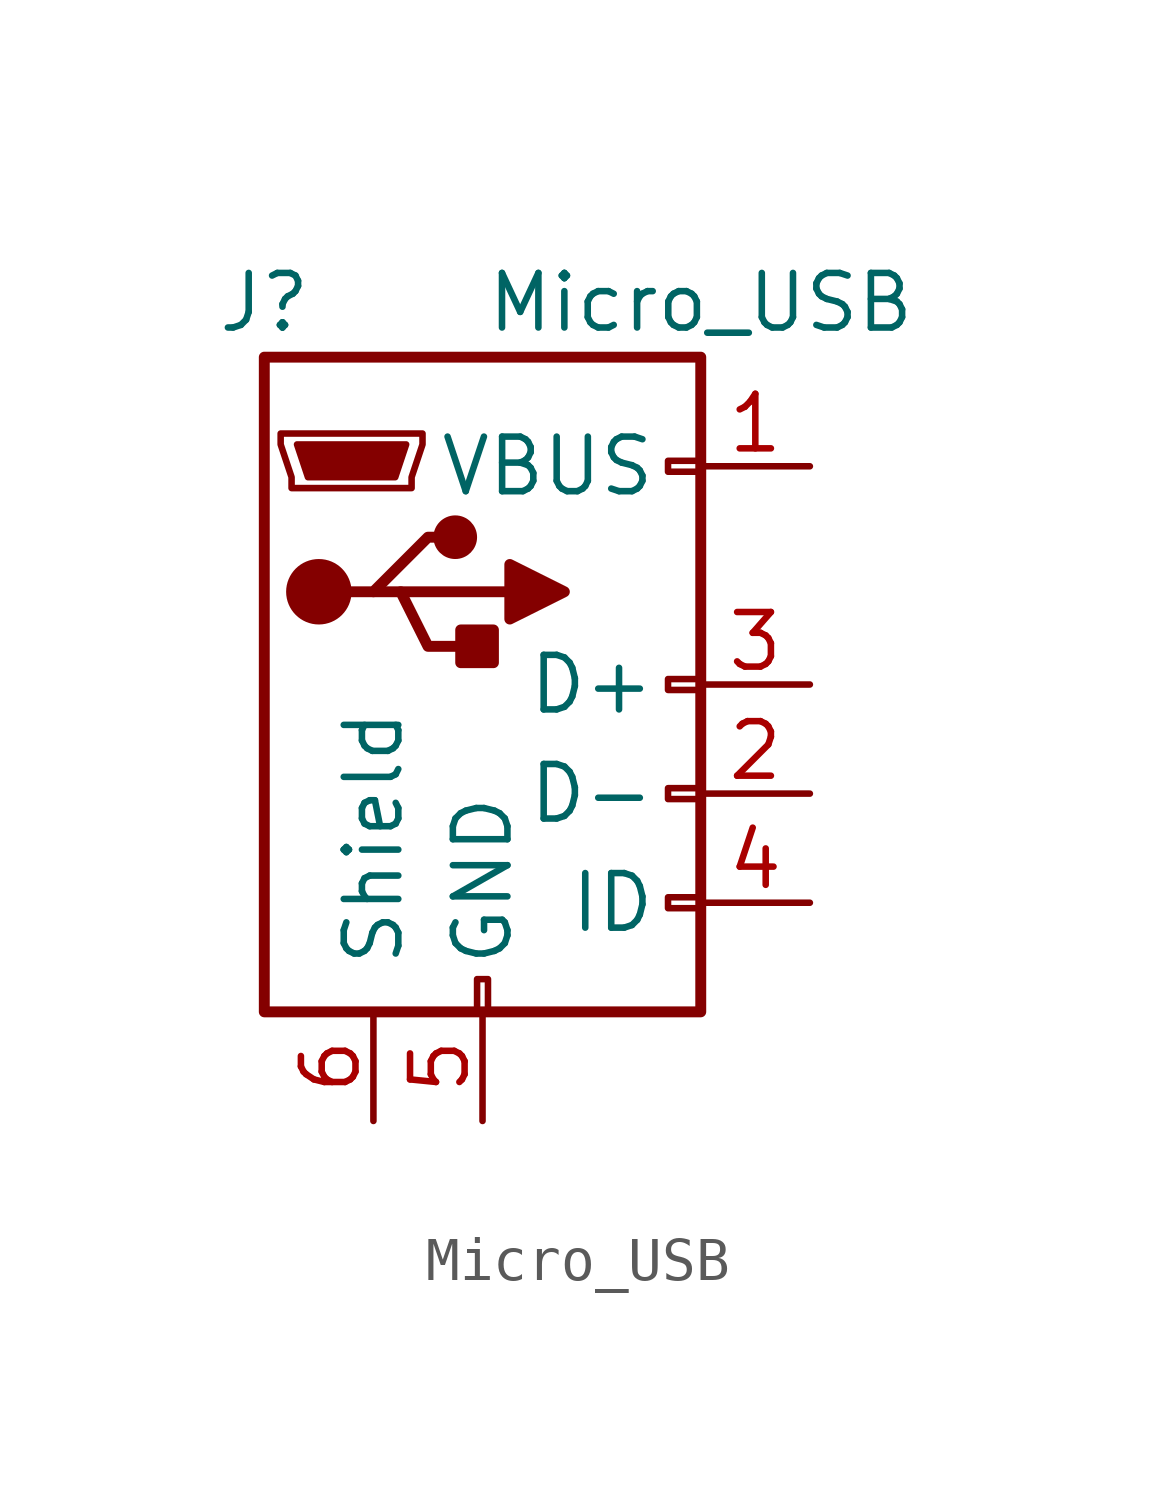
<source format=kicad_sym>
(kicad_symbol_lib
  (version 20220914)
  (generator kicad_symbol_editor)
  (symbol "Micro_USB"
    (pin_names
      (offset 1.016))
    (property "Reference" "J"
      (at -5.08 8.89 0)
      (effects (font (size 1.27 1.27))))
    (property "Value" "Micro_USB"
      (at 5.08 8.89 0)
      (effects (font (size 1.27 1.27))))
    (symbol "Micro_USB_0_1"
      (rectangle (start 5.08 7.62) (end -5.08 -7.62) (stroke (width 0.254) (type default)) (fill (type none))))
    (symbol "Micro_USB_1_1"
      (circle (center -3.81 2.159) (radius 0.635) (stroke (width 0.254) (type default)) (fill (type outline)))
      (circle (center -0.635 3.429) (radius 0.381) (stroke (width 0.254) (type default)) (fill (type outline)))
      (rectangle (start -0.127 -7.62) (end 0.127 -6.858) (stroke (width 0) (type default)) (fill (type none)))
      (polyline (pts (xy -1.905 2.159) (xy 0.635 2.159)) (stroke (width 0.254) (type default)) (fill (type none)))
      (polyline (pts (xy -3.175 2.159) (xy -2.54 2.159) (xy -1.27 3.429) (xy -0.635 3.429)) (stroke (width 0.254) (type default)) (fill (type none)))
      (polyline (pts (xy -2.54 2.159) (xy -1.905 2.159) (xy -1.27 0.889) (xy 0 0.889)) (stroke (width 0.254) (type default)) (fill (type none)))
      (polyline (pts (xy 0.635 2.794) (xy 0.635 1.524) (xy 1.905 2.159) (xy 0.635 2.794)) (stroke (width 0.254) (type default)) (fill (type outline)))
      (polyline (pts (xy -4.318 5.588) (xy -1.778 5.588) (xy -2.032 4.826) (xy -4.064 4.826) (xy -4.318 5.588)) (stroke (width 0) (type default)) (fill (type outline)))
      (polyline (pts (xy -4.699 5.842) (xy -4.699 5.588) (xy -4.445 4.826) (xy -4.445 4.572) (xy -1.651 4.572) (xy -1.651 4.826) (xy -1.397 5.588) (xy -1.397 5.842) (xy -4.699 5.842)) (stroke (width 0) (type default)) (fill (type none)))
      (rectangle (start 0.254 1.27) (end -0.508 0.508) (stroke (width 0.254) (type default)) (fill (type outline)))
      (rectangle (start 5.08 -5.207) (end 4.318 -4.953) (stroke (width 0) (type default)) (fill (type none)))
      (rectangle (start 5.08 -2.667) (end 4.318 -2.413) (stroke (width 0) (type default)) (fill (type none)))
      (rectangle (start 5.08 -0.127) (end 4.318 0.127) (stroke (width 0) (type default)) (fill (type none)))
      (rectangle (start 5.08 4.953) (end 4.318 5.207) (stroke (width 0) (type default)) (fill (type none)))
      (pin power_out line (at 7.62 5.08 180) (length 2.54) (name "VBUS" (effects (font (size 1.27 1.27)))) (number "1" (effects (font (size 1.27 1.27)))))
      (pin bidirectional line (at 7.62 -2.54 180) (length 2.54) (name "D-" (effects (font (size 1.27 1.27)))) (number "2" (effects (font (size 1.27 1.27)))))
      (pin bidirectional line (at 7.62 0 180) (length 2.54) (name "D+" (effects (font (size 1.27 1.27)))) (number "3" (effects (font (size 1.27 1.27)))))
      (pin passive line (at 7.62 -5.08 180) (length 2.54) (name "ID" (effects (font (size 1.27 1.27)))) (number "4" (effects (font (size 1.27 1.27)))))
      (pin power_out line (at 0 -10.16 90) (length 2.54) (name "GND" (effects (font (size 1.27 1.27)))) (number "5" (effects (font (size 1.27 1.27)))))
      (pin passive line (at -2.54 -10.16 90) (length 2.54) (name "Shield" (effects (font (size 1.27 1.27)))) (number "6" (effects (font (size 1.27 1.27))))))))
</source>
